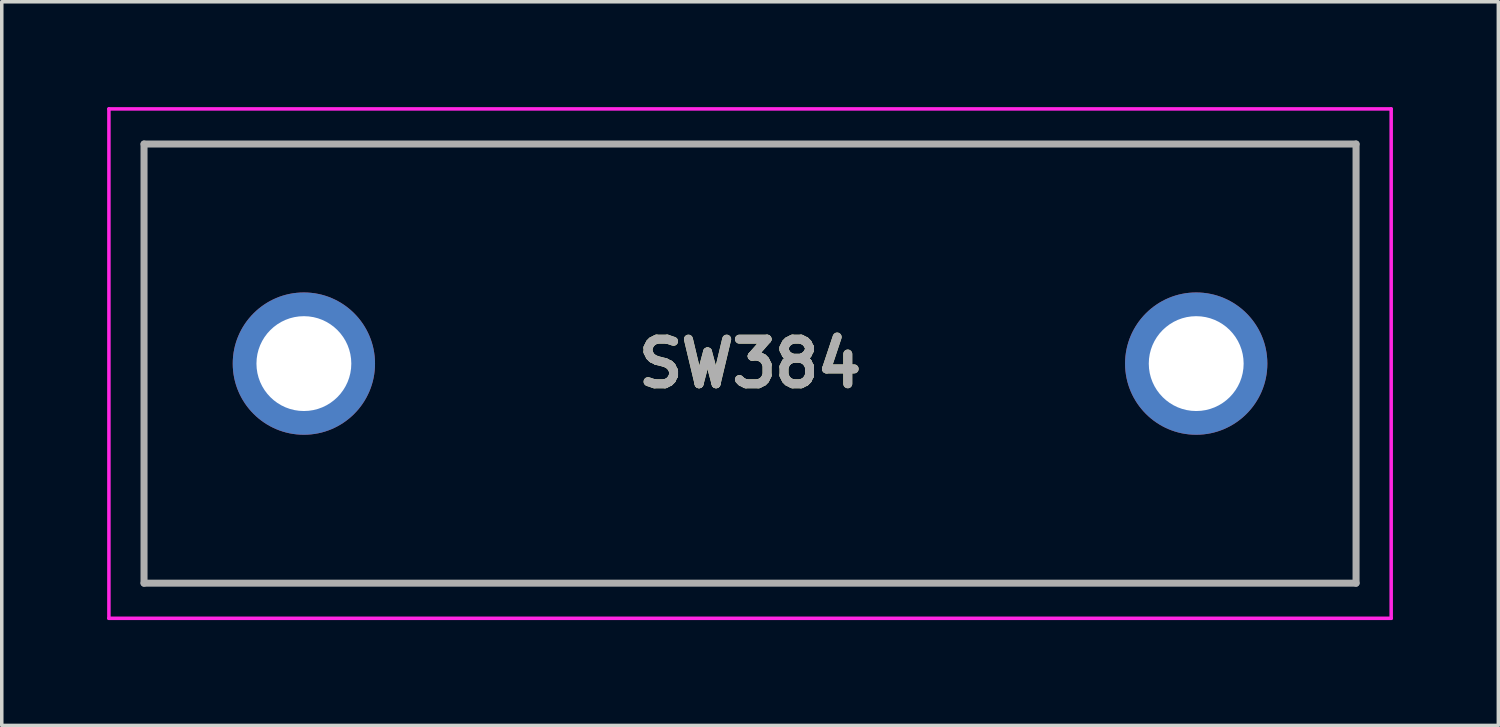
<source format=kicad_pcb>
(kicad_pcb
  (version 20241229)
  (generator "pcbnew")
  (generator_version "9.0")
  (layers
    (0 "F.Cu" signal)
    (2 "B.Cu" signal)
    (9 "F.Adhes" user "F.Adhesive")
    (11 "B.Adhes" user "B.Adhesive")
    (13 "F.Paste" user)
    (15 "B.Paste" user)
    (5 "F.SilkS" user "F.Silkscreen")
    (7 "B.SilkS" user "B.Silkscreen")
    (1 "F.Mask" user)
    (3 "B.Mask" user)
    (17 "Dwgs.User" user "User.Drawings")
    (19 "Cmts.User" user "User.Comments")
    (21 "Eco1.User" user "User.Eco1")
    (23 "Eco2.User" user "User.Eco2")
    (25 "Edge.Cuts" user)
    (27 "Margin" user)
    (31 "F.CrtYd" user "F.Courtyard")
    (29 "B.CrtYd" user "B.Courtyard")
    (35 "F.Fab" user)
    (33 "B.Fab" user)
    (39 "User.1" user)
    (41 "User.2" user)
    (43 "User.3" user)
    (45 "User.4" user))
  (footprint "SW384"
    (layer "F.Cu")
    (at 5.6 7.3)
    (property "Reference" "SW384" (at 12.7 0 0) (layer "F.SilkS") (effects (font (size 1.27 1.27) (thickness 0.254))))
    (attr through_hole)
    (fp_line (start -4.55 -6.25) (end 29.95 -6.25) (stroke (width 0.1) (type solid)) (layer "F.SilkS"))
    (fp_line (start -4.55 6.25) (end -4.55 -6.25) (stroke (width 0.1) (type solid)) (layer "F.SilkS"))
    (fp_line (start 29.95 -6.25) (end 29.95 6.25) (stroke (width 0.1) (type solid)) (layer "F.SilkS"))
    (fp_line (start 29.95 6.25) (end -4.55 6.25) (stroke (width 0.1) (type solid)) (layer "F.SilkS"))
    (fp_line (start -5.55 -7.25) (end 30.95 -7.25) (stroke (width 0.1) (type solid)) (layer "F.CrtYd"))
    (fp_line (start -5.55 7.25) (end -5.55 -7.25) (stroke (width 0.1) (type solid)) (layer "F.CrtYd"))
    (fp_line (start 30.95 -7.25) (end 30.95 7.25) (stroke (width 0.1) (type solid)) (layer "F.CrtYd"))
    (fp_line (start 30.95 7.25) (end -5.55 7.25) (stroke (width 0.1) (type solid)) (layer "F.CrtYd"))
    (fp_line (start -4.55 -6.25) (end -4.55 6.25) (stroke (width 0.2) (type solid)) (layer "F.Fab"))
    (fp_line (start -4.55 6.25) (end 29.95 6.25) (stroke (width 0.2) (type solid)) (layer "F.Fab"))
    (fp_line (start 29.95 -6.25) (end -4.55 -6.25) (stroke (width 0.2) (type solid)) (layer "F.Fab"))
    (fp_line (start 29.95 6.25) (end 29.95 -6.25) (stroke (width 0.2) (type solid)) (layer "F.Fab"))
    (fp_text user "${REFERENCE}" (at 12.7 0 0) (layer "F.Fab") (effects (font (size 1.27 1.27) (thickness 0.254))))
    (pad "1" thru_hole circle (at 0 0) (size 4.05 4.05) (drill 2.7) (layers "*.Cu" "*.Mask"))
    (pad "2" thru_hole circle (at 25.4 0) (size 4.05 4.05) (drill 2.7) (layers "*.Cu" "*.Mask")))
  (gr_rect
    (start -3 -3)
    (end 39.6 17.6)
    (stroke (width 0.1) (type default))
    (fill no)
    (layer "Edge.Cuts")))
</source>
